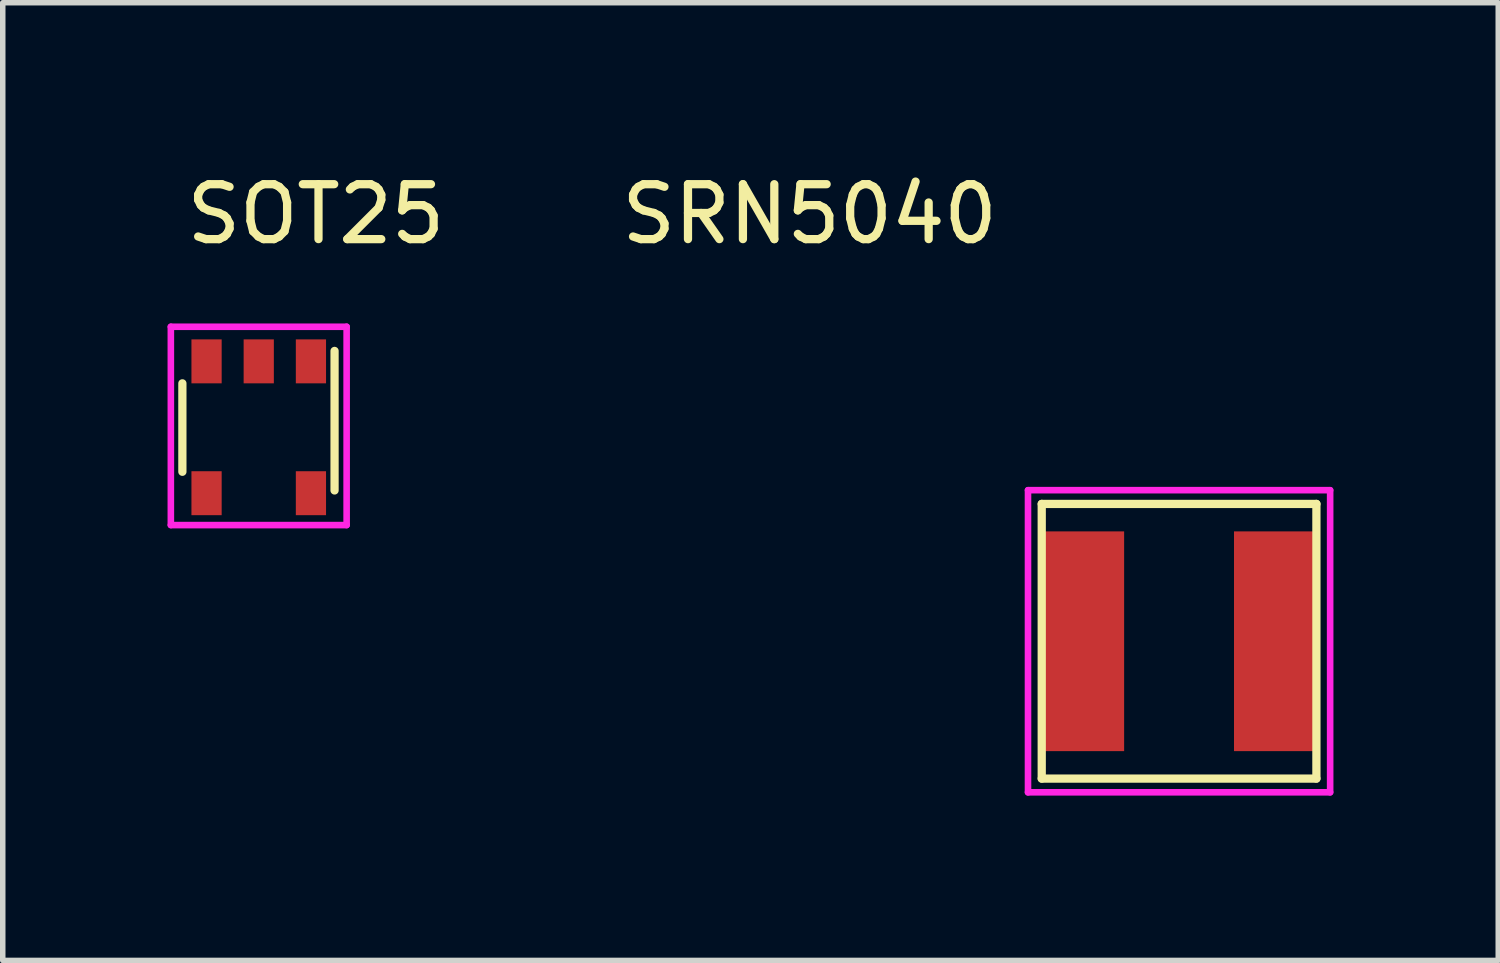
<source format=kicad_pcb>
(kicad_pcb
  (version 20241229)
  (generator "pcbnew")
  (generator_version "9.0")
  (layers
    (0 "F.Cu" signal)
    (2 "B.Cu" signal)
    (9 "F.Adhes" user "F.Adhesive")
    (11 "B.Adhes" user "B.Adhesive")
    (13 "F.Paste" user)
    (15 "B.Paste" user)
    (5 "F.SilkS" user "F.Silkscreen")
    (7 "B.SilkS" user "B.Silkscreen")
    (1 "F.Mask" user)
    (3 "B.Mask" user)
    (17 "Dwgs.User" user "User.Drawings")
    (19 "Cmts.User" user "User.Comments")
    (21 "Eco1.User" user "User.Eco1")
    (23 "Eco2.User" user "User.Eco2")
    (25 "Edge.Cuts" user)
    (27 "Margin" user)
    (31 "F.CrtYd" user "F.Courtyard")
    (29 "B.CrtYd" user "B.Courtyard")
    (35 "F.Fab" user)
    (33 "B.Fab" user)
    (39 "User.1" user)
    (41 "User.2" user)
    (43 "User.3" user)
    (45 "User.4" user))
  (footprint "SOT25"
    (layer "F.Cu")
    (at 2.61 3.528)
    (property "Reference" "SOT25" (at 0.09 -2.68 0) (layer "F.SilkS") (effects (font (size 1 1) (thickness 0.15))))
    (attr through_hole)
    (fp_line (start -2.34 0.4) (end -2.34 2.01) (stroke (width 0.15) (type solid)) (layer "F.SilkS"))
    (fp_line (start 0.43 -0.19) (end 0.43 2.35) (stroke (width 0.15) (type solid)) (layer "F.SilkS"))
    (fp_line (start -2.55 -0.63) (end 0.65 -0.63) (stroke (width 0.12) (type solid)) (layer "F.CrtYd"))
    (fp_line (start -2.55 2.98) (end -2.55 -0.63) (stroke (width 0.12) (type solid)) (layer "F.CrtYd"))
    (fp_line (start 0.65 -0.63) (end 0.65 2.98) (stroke (width 0.12) (type solid)) (layer "F.CrtYd"))
    (fp_line (start 0.65 2.98) (end -2.55 2.98) (stroke (width 0.12) (type solid)) (layer "F.CrtYd"))
    (pad "1" smd rect (at 0 0) (size 0.55 0.8) (layers "F.Cu" "F.Mask" "F.Paste"))
    (pad "2" smd rect (at -0.95 0) (size 0.55 0.8) (layers "F.Cu" "F.Mask" "F.Paste"))
    (pad "3" smd rect (at -1.9 0) (size 0.55 0.8) (layers "F.Cu" "F.Mask" "F.Paste"))
    (pad "4" smd rect (at -1.9 2.4) (size 0.55 0.8) (layers "F.Cu" "F.Mask" "F.Paste"))
    (pad "5" smd rect (at 0 2.4) (size 0.55 0.8) (layers "F.Cu" "F.Mask" "F.Paste")))
  (footprint "SRN5040"
    (layer "F.Cu")
    (at 16.663 8.623)
    (property "Reference" "SRN5040" (at -4.975 -7.775 0) (layer "F.SilkS") (effects (font (size 1 1) (thickness 0.15))))
    (attr through_hole)
    (fp_line (start -0.75 -2.5) (end 4.25 -2.5) (stroke (width 0.15) (type solid)) (layer "F.SilkS"))
    (fp_line (start -0.75 2.5) (end -0.75 -2.5) (stroke (width 0.15) (type solid)) (layer "F.SilkS"))
    (fp_line (start 4.25 -2.5) (end 4.25 2.5) (stroke (width 0.15) (type solid)) (layer "F.SilkS"))
    (fp_line (start 4.25 2.5) (end -0.75 2.5) (stroke (width 0.15) (type solid)) (layer "F.SilkS"))
    (fp_line (start -1 -2.75) (end -1 2.75) (stroke (width 0.12) (type solid)) (layer "F.CrtYd"))
    (fp_line (start -1 2.75) (end 4.5 2.75) (stroke (width 0.12) (type solid)) (layer "F.CrtYd"))
    (fp_line (start 4.5 -2.75) (end -1 -2.75) (stroke (width 0.12) (type solid)) (layer "F.CrtYd"))
    (fp_line (start 4.5 2.75) (end 4.5 -2.75) (stroke (width 0.12) (type solid)) (layer "F.CrtYd"))
    (pad "1" smd rect (at 0 0) (size 1.5 4) (layers "F.Cu" "F.Mask" "F.Paste"))
    (pad "2" smd rect (at 3.5 0) (size 1.5 4) (layers "F.Cu" "F.Mask" "F.Paste")))
  (gr_rect
    (start -3 -3)
    (end 24.223 14.433)
    (stroke (width 0.1) (type default))
    (fill no)
    (layer "Edge.Cuts")))
</source>
